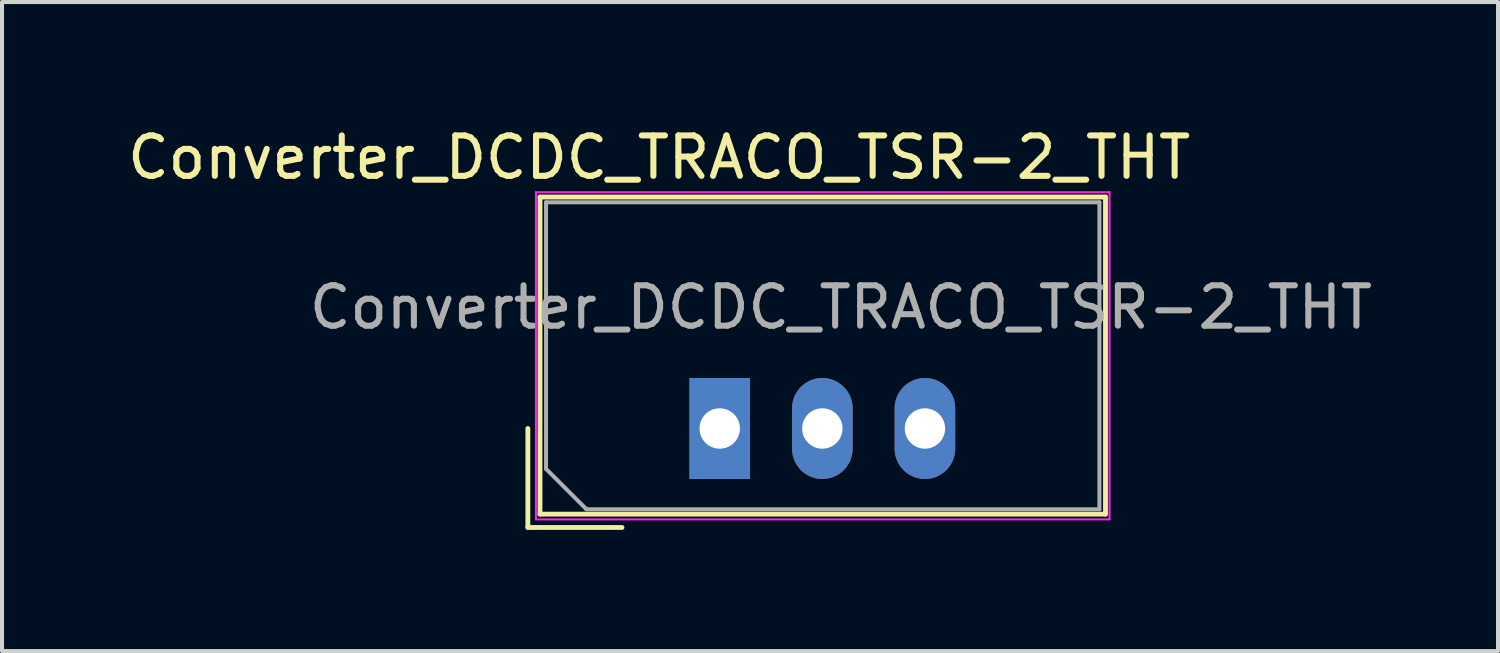
<source format=kicad_pcb>
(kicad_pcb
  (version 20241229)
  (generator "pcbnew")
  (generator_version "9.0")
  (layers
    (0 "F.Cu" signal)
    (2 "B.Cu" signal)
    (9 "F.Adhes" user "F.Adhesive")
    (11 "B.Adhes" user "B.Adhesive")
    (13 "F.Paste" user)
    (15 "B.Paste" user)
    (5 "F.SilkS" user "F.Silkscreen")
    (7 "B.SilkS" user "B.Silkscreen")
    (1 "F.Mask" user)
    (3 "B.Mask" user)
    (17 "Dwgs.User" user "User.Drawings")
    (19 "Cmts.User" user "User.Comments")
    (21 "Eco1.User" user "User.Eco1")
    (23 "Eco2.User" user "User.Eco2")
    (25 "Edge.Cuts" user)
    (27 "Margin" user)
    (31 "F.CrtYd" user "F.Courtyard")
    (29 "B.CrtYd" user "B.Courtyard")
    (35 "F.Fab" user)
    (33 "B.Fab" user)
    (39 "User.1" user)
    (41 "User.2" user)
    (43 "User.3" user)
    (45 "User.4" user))
  (footprint "Converter_DCDC_TRACO_TSR-2_THT"
    (layer "F.Cu")
    (at 14.768 7.558)
    (property "Reference" "Converter_DCDC_TRACO_TSR-2_THT" (at -1.5 -6.71 0) (layer "F.SilkS") (effects (font (size 1 1) (thickness 0.15))))
    (attr through_hole)
    (fp_line (start -4.75 0) (end -4.75 2.45) (stroke (width 0.12) (type solid)) (layer "F.SilkS"))
    (fp_line (start -4.75 2.45) (end -2.42 2.45) (stroke (width 0.12) (type solid)) (layer "F.SilkS"))
    (fp_line (start -4.45 -5.73) (end 9.55 -5.73) (stroke (width 0.12) (type solid)) (layer "F.SilkS"))
    (fp_line (start -4.45 2.12) (end -4.45 -5.73) (stroke (width 0.12) (type solid)) (layer "F.SilkS"))
    (fp_line (start 9.55 -5.73) (end 9.55 2.12) (stroke (width 0.12) (type solid)) (layer "F.SilkS"))
    (fp_line (start 9.55 2.12) (end -4.45 2.12) (stroke (width 0.12) (type solid)) (layer "F.SilkS"))
    (fp_line (start -4.55 -5.85) (end 9.65 -5.85) (stroke (width 0.05) (type solid)) (layer "F.CrtYd"))
    (fp_line (start -4.55 2.25) (end -4.55 -5.85) (stroke (width 0.05) (type solid)) (layer "F.CrtYd"))
    (fp_line (start 9.65 -5.85) (end 9.65 2.25) (stroke (width 0.05) (type solid)) (layer "F.CrtYd"))
    (fp_line (start 9.65 2.25) (end -4.55 2.25) (stroke (width 0.05) (type solid)) (layer "F.CrtYd"))
    (fp_line (start -4.3 -5.6) (end 9.4 -5.6) (stroke (width 0.1) (type solid)) (layer "F.Fab"))
    (fp_line (start -4.3 1) (end -4.3 -5.6) (stroke (width 0.1) (type solid)) (layer "F.Fab"))
    (fp_line (start -4.3 1) (end -3.3 2) (stroke (width 0.1) (type solid)) (layer "F.Fab"))
    (fp_line (start -3.3 2) (end 9.4 2) (stroke (width 0.1) (type solid)) (layer "F.Fab"))
    (fp_line (start 9.4 2) (end 9.4 -5.6) (stroke (width 0.1) (type solid)) (layer "F.Fab"))
    (fp_text user "${REFERENCE}" (at 3 -3 0) (layer "F.Fab") (effects (font (size 1 1) (thickness 0.15))))
    (pad "1" thru_hole rect (at 0 0) (size 1.5 2.5) (drill 1) (layers "*.Cu" "*.Mask"))
    (pad "2" thru_hole oval (at 2.54 0) (size 1.5 2.5) (drill 1) (layers "*.Cu" "*.Mask"))
    (pad "3" thru_hole oval (at 5.08 0) (size 1.5 2.5) (drill 1) (layers "*.Cu" "*.Mask")))
  (gr_rect
    (start -3 -3)
    (end 34.036 13.068)
    (stroke (width 0.1) (type default))
    (fill no)
    (layer "Edge.Cuts")))
</source>
